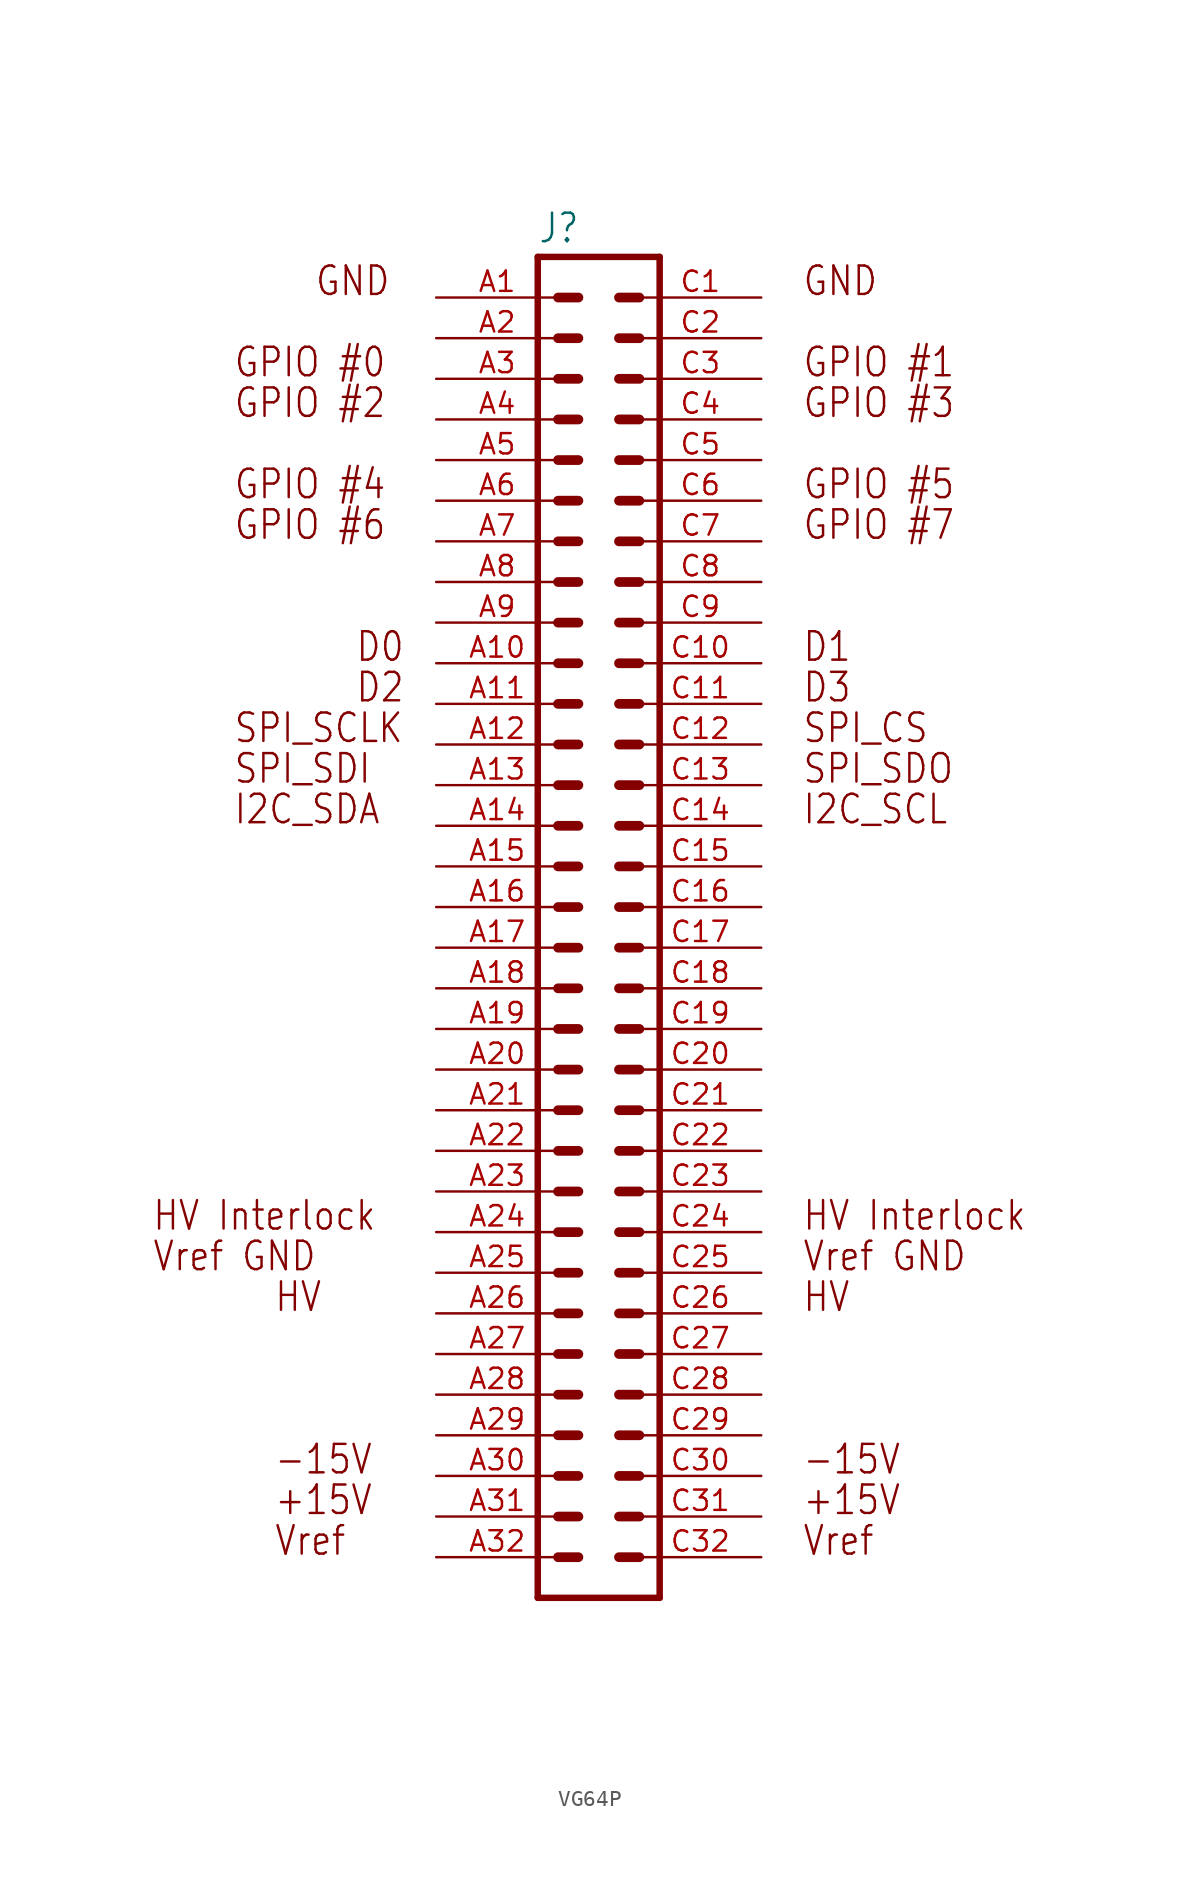
<source format=kicad_sym>
(kicad_symbol_lib
  (version 20231120)
  (generator "kicad_symbol_editor")
  (generator_version "8.0")
  (symbol "VG64P"
    (property "Reference" "J"
      (at -3.81 41.402 0)
      (effects (font (size 1.778 1.511)) (justify left bottom)))
    (property "Value" ""
      (at -3.81 -45.72 0)
      (effects (font (size 1.778 1.511)) (justify left bottom)))
    (property "ki_locked" ""
      (at 0 0 0)
      (effects (font (size 1.27 1.27))))
    (symbol "VG64P_1_0"
      (polyline (pts (xy -3.81 40.64) (xy -3.81 -43.18)) (stroke (width 0.406) (type solid)) (fill (type none)))
      (polyline (pts (xy -3.81 40.64) (xy 3.81 40.64)) (stroke (width 0.406) (type solid)) (fill (type none)))
      (polyline (pts (xy -2.54 -40.64) (xy -1.27 -40.64)) (stroke (width 0.61) (type solid)) (fill (type none)))
      (polyline (pts (xy -2.54 -38.1) (xy -1.27 -38.1)) (stroke (width 0.61) (type solid)) (fill (type none)))
      (polyline (pts (xy -2.54 -35.56) (xy -1.27 -35.56)) (stroke (width 0.61) (type solid)) (fill (type none)))
      (polyline (pts (xy -2.54 -33.02) (xy -1.27 -33.02)) (stroke (width 0.61) (type solid)) (fill (type none)))
      (polyline (pts (xy -2.54 -30.48) (xy -1.27 -30.48)) (stroke (width 0.61) (type solid)) (fill (type none)))
      (polyline (pts (xy -2.54 -27.94) (xy -1.27 -27.94)) (stroke (width 0.61) (type solid)) (fill (type none)))
      (polyline (pts (xy -2.54 -25.4) (xy -1.27 -25.4)) (stroke (width 0.61) (type solid)) (fill (type none)))
      (polyline (pts (xy -2.54 -22.86) (xy -1.27 -22.86)) (stroke (width 0.61) (type solid)) (fill (type none)))
      (polyline (pts (xy -2.54 -20.32) (xy -1.27 -20.32)) (stroke (width 0.61) (type solid)) (fill (type none)))
      (polyline (pts (xy -2.54 -17.78) (xy -1.27 -17.78)) (stroke (width 0.61) (type solid)) (fill (type none)))
      (polyline (pts (xy -2.54 -15.24) (xy -1.27 -15.24)) (stroke (width 0.61) (type solid)) (fill (type none)))
      (polyline (pts (xy -2.54 -12.7) (xy -1.27 -12.7)) (stroke (width 0.61) (type solid)) (fill (type none)))
      (polyline (pts (xy -2.54 -10.16) (xy -1.27 -10.16)) (stroke (width 0.61) (type solid)) (fill (type none)))
      (polyline (pts (xy -2.54 -7.62) (xy -1.27 -7.62)) (stroke (width 0.61) (type solid)) (fill (type none)))
      (polyline (pts (xy -2.54 -5.08) (xy -1.27 -5.08)) (stroke (width 0.61) (type solid)) (fill (type none)))
      (polyline (pts (xy -2.54 -2.54) (xy -1.27 -2.54)) (stroke (width 0.61) (type solid)) (fill (type none)))
      (polyline (pts (xy -2.54 0) (xy -1.27 0)) (stroke (width 0.61) (type solid)) (fill (type none)))
      (polyline (pts (xy -2.54 2.54) (xy -1.27 2.54)) (stroke (width 0.61) (type solid)) (fill (type none)))
      (polyline (pts (xy -2.54 5.08) (xy -1.27 5.08)) (stroke (width 0.61) (type solid)) (fill (type none)))
      (polyline (pts (xy -2.54 7.62) (xy -1.27 7.62)) (stroke (width 0.61) (type solid)) (fill (type none)))
      (polyline (pts (xy -2.54 10.16) (xy -1.27 10.16)) (stroke (width 0.61) (type solid)) (fill (type none)))
      (polyline (pts (xy -2.54 12.7) (xy -1.27 12.7)) (stroke (width 0.61) (type solid)) (fill (type none)))
      (polyline (pts (xy -2.54 15.24) (xy -1.27 15.24)) (stroke (width 0.61) (type solid)) (fill (type none)))
      (polyline (pts (xy -2.54 17.78) (xy -1.27 17.78)) (stroke (width 0.61) (type solid)) (fill (type none)))
      (polyline (pts (xy -2.54 20.32) (xy -1.27 20.32)) (stroke (width 0.61) (type solid)) (fill (type none)))
      (polyline (pts (xy -2.54 22.86) (xy -1.27 22.86)) (stroke (width 0.61) (type solid)) (fill (type none)))
      (polyline (pts (xy -2.54 25.4) (xy -1.27 25.4)) (stroke (width 0.61) (type solid)) (fill (type none)))
      (polyline (pts (xy -2.54 27.94) (xy -1.27 27.94)) (stroke (width 0.61) (type solid)) (fill (type none)))
      (polyline (pts (xy -2.54 30.48) (xy -1.27 30.48)) (stroke (width 0.61) (type solid)) (fill (type none)))
      (polyline (pts (xy -2.54 33.02) (xy -1.27 33.02)) (stroke (width 0.61) (type solid)) (fill (type none)))
      (polyline (pts (xy -2.54 35.56) (xy -1.27 35.56)) (stroke (width 0.61) (type solid)) (fill (type none)))
      (polyline (pts (xy -2.54 38.1) (xy -1.27 38.1)) (stroke (width 0.61) (type solid)) (fill (type none)))
      (polyline (pts (xy 1.27 -40.64) (xy 2.54 -40.64)) (stroke (width 0.61) (type solid)) (fill (type none)))
      (polyline (pts (xy 1.27 -38.1) (xy 2.54 -38.1)) (stroke (width 0.61) (type solid)) (fill (type none)))
      (polyline (pts (xy 1.27 -35.56) (xy 2.54 -35.56)) (stroke (width 0.61) (type solid)) (fill (type none)))
      (polyline (pts (xy 1.27 -33.02) (xy 2.54 -33.02)) (stroke (width 0.61) (type solid)) (fill (type none)))
      (polyline (pts (xy 1.27 -30.48) (xy 2.54 -30.48)) (stroke (width 0.61) (type solid)) (fill (type none)))
      (polyline (pts (xy 1.27 -27.94) (xy 2.54 -27.94)) (stroke (width 0.61) (type solid)) (fill (type none)))
      (polyline (pts (xy 1.27 -25.4) (xy 2.54 -25.4)) (stroke (width 0.61) (type solid)) (fill (type none)))
      (polyline (pts (xy 1.27 -22.86) (xy 2.54 -22.86)) (stroke (width 0.61) (type solid)) (fill (type none)))
      (polyline (pts (xy 1.27 -20.32) (xy 2.54 -20.32)) (stroke (width 0.61) (type solid)) (fill (type none)))
      (polyline (pts (xy 1.27 -17.78) (xy 2.54 -17.78)) (stroke (width 0.61) (type solid)) (fill (type none)))
      (polyline (pts (xy 1.27 -15.24) (xy 2.54 -15.24)) (stroke (width 0.61) (type solid)) (fill (type none)))
      (polyline (pts (xy 1.27 -12.7) (xy 2.54 -12.7)) (stroke (width 0.61) (type solid)) (fill (type none)))
      (polyline (pts (xy 1.27 -10.16) (xy 2.54 -10.16)) (stroke (width 0.61) (type solid)) (fill (type none)))
      (polyline (pts (xy 1.27 -7.62) (xy 2.54 -7.62)) (stroke (width 0.61) (type solid)) (fill (type none)))
      (polyline (pts (xy 1.27 -5.08) (xy 2.54 -5.08)) (stroke (width 0.61) (type solid)) (fill (type none)))
      (polyline (pts (xy 1.27 -2.54) (xy 2.54 -2.54)) (stroke (width 0.61) (type solid)) (fill (type none)))
      (polyline (pts (xy 1.27 0) (xy 2.54 0)) (stroke (width 0.61) (type solid)) (fill (type none)))
      (polyline (pts (xy 1.27 2.54) (xy 2.54 2.54)) (stroke (width 0.61) (type solid)) (fill (type none)))
      (polyline (pts (xy 1.27 5.08) (xy 2.54 5.08)) (stroke (width 0.61) (type solid)) (fill (type none)))
      (polyline (pts (xy 1.27 7.62) (xy 2.54 7.62)) (stroke (width 0.61) (type solid)) (fill (type none)))
      (polyline (pts (xy 1.27 10.16) (xy 2.54 10.16)) (stroke (width 0.61) (type solid)) (fill (type none)))
      (polyline (pts (xy 1.27 12.7) (xy 2.54 12.7)) (stroke (width 0.61) (type solid)) (fill (type none)))
      (polyline (pts (xy 1.27 15.24) (xy 2.54 15.24)) (stroke (width 0.61) (type solid)) (fill (type none)))
      (polyline (pts (xy 1.27 17.78) (xy 2.54 17.78)) (stroke (width 0.61) (type solid)) (fill (type none)))
      (polyline (pts (xy 1.27 20.32) (xy 2.54 20.32)) (stroke (width 0.61) (type solid)) (fill (type none)))
      (polyline (pts (xy 1.27 22.86) (xy 2.54 22.86)) (stroke (width 0.61) (type solid)) (fill (type none)))
      (polyline (pts (xy 1.27 25.4) (xy 2.54 25.4)) (stroke (width 0.61) (type solid)) (fill (type none)))
      (polyline (pts (xy 1.27 27.94) (xy 2.54 27.94)) (stroke (width 0.61) (type solid)) (fill (type none)))
      (polyline (pts (xy 1.27 30.48) (xy 2.54 30.48)) (stroke (width 0.61) (type solid)) (fill (type none)))
      (polyline (pts (xy 1.27 33.02) (xy 2.54 33.02)) (stroke (width 0.61) (type solid)) (fill (type none)))
      (polyline (pts (xy 1.27 35.56) (xy 2.54 35.56)) (stroke (width 0.61) (type solid)) (fill (type none)))
      (polyline (pts (xy 1.27 38.1) (xy 2.54 38.1)) (stroke (width 0.61) (type solid)) (fill (type none)))
      (polyline (pts (xy 3.81 -43.18) (xy -3.81 -43.18)) (stroke (width 0.406) (type solid)) (fill (type none)))
      (polyline (pts (xy 3.81 -43.18) (xy 3.81 40.64)) (stroke (width 0.406) (type solid)) (fill (type none)))
      (text "+15V" (at -20.32 -38.1 0) (effects (font (size 1.778 1.511)) (justify left bottom)))
      (text "+15V" (at 12.7 -38.1 0) (effects (font (size 1.778 1.511)) (justify left bottom)))
      (text "-15V" (at -20.32 -35.56 0) (effects (font (size 1.778 1.511)) (justify left bottom)))
      (text "-15V" (at 12.7 -35.56 0) (effects (font (size 1.778 1.511)) (justify left bottom)))
      (text "D0" (at -15.24 15.24 0) (effects (font (size 1.778 1.511)) (justify left bottom)))
      (text "D1" (at 12.7 15.24 0) (effects (font (size 1.778 1.511)) (justify left bottom)))
      (text "D2" (at -15.24 12.7 0) (effects (font (size 1.778 1.511)) (justify left bottom)))
      (text "D3" (at 12.7 12.7 0) (effects (font (size 1.778 1.511)) (justify left bottom)))
      (text "GND" (at -17.78 38.1 0) (effects (font (size 1.778 1.511)) (justify left bottom)))
      (text "GND" (at 12.7 38.1 0) (effects (font (size 1.778 1.511)) (justify left bottom)))
      (text "GPIO #0" (at -22.86 33.02 0) (effects (font (size 1.778 1.511)) (justify left bottom)))
      (text "GPIO #1" (at 12.7 33.02 0) (effects (font (size 1.778 1.511)) (justify left bottom)))
      (text "GPIO #2" (at -22.86 30.48 0) (effects (font (size 1.778 1.511)) (justify left bottom)))
      (text "GPIO #3" (at 12.7 30.48 0) (effects (font (size 1.778 1.511)) (justify left bottom)))
      (text "GPIO #4" (at -22.86 25.4 0) (effects (font (size 1.778 1.511)) (justify left bottom)))
      (text "GPIO #5" (at 12.7 25.4 0) (effects (font (size 1.778 1.511)) (justify left bottom)))
      (text "GPIO #6" (at -22.86 22.86 0) (effects (font (size 1.778 1.511)) (justify left bottom)))
      (text "GPIO #7" (at 12.7 22.86 0) (effects (font (size 1.778 1.511)) (justify left bottom)))
      (text "HV" (at -20.32 -25.4 0) (effects (font (size 1.778 1.511)) (justify left bottom)))
      (text "HV" (at 12.7 -25.4 0) (effects (font (size 1.778 1.511)) (justify left bottom)))
      (text "HV Interlock" (at -27.94 -20.32 0) (effects (font (size 1.778 1.511)) (justify left bottom)))
      (text "HV Interlock" (at 12.7 -20.32 0) (effects (font (size 1.778 1.511)) (justify left bottom)))
      (text "I2C_SCL" (at 12.7 5.08 0) (effects (font (size 1.778 1.511)) (justify left bottom)))
      (text "I2C_SDA" (at -22.86 5.08 0) (effects (font (size 1.778 1.511)) (justify left bottom)))
      (text "SPI_CS" (at 12.7 10.16 0) (effects (font (size 1.778 1.511)) (justify left bottom)))
      (text "SPI_SCLK" (at -22.86 10.16 0) (effects (font (size 1.778 1.511)) (justify left bottom)))
      (text "SPI_SDI" (at -22.86 7.62 0) (effects (font (size 1.778 1.511)) (justify left bottom)))
      (text "SPI_SDO" (at 12.7 7.62 0) (effects (font (size 1.778 1.511)) (justify left bottom)))
      (text "Vref" (at -20.32 -40.64 0) (effects (font (size 1.778 1.511)) (justify left bottom)))
      (text "Vref" (at 12.7 -40.64 0) (effects (font (size 1.778 1.511)) (justify left bottom)))
      (text "Vref GND" (at -27.94 -22.86 0) (effects (font (size 1.778 1.511)) (justify left bottom)))
      (text "Vref GND" (at 12.7 -22.86 0) (effects (font (size 1.778 1.511)) (justify left bottom)))
      (pin passive line (at -10.16 38.1 0) (length 7.62) (name "A1" (effects (font (size 0 0)))) (number "A1" (effects (font (size 1.27 1.27)))))
      (pin passive line (at -10.16 15.24 0) (length 7.62) (name "A10" (effects (font (size 0 0)))) (number "A10" (effects (font (size 1.27 1.27)))))
      (pin passive line (at -10.16 12.7 0) (length 7.62) (name "A11" (effects (font (size 0 0)))) (number "A11" (effects (font (size 1.27 1.27)))))
      (pin passive line (at -10.16 10.16 0) (length 7.62) (name "A12" (effects (font (size 0 0)))) (number "A12" (effects (font (size 1.27 1.27)))))
      (pin passive line (at -10.16 7.62 0) (length 7.62) (name "A13" (effects (font (size 0 0)))) (number "A13" (effects (font (size 1.27 1.27)))))
      (pin passive line (at -10.16 5.08 0) (length 7.62) (name "A14" (effects (font (size 0 0)))) (number "A14" (effects (font (size 1.27 1.27)))))
      (pin passive line (at -10.16 2.54 0) (length 7.62) (name "A15" (effects (font (size 0 0)))) (number "A15" (effects (font (size 1.27 1.27)))))
      (pin passive line (at -10.16 0 0) (length 7.62) (name "A16" (effects (font (size 0 0)))) (number "A16" (effects (font (size 1.27 1.27)))))
      (pin passive line (at -10.16 -2.54 0) (length 7.62) (name "A17" (effects (font (size 0 0)))) (number "A17" (effects (font (size 1.27 1.27)))))
      (pin passive line (at -10.16 -5.08 0) (length 7.62) (name "A18" (effects (font (size 0 0)))) (number "A18" (effects (font (size 1.27 1.27)))))
      (pin passive line (at -10.16 -7.62 0) (length 7.62) (name "A19" (effects (font (size 0 0)))) (number "A19" (effects (font (size 1.27 1.27)))))
      (pin passive line (at -10.16 35.56 0) (length 7.62) (name "A2" (effects (font (size 0 0)))) (number "A2" (effects (font (size 1.27 1.27)))))
      (pin passive line (at -10.16 -10.16 0) (length 7.62) (name "A20" (effects (font (size 0 0)))) (number "A20" (effects (font (size 1.27 1.27)))))
      (pin passive line (at -10.16 -12.7 0) (length 7.62) (name "A21" (effects (font (size 0 0)))) (number "A21" (effects (font (size 1.27 1.27)))))
      (pin passive line (at -10.16 -15.24 0) (length 7.62) (name "A22" (effects (font (size 0 0)))) (number "A22" (effects (font (size 1.27 1.27)))))
      (pin passive line (at -10.16 -17.78 0) (length 7.62) (name "A23" (effects (font (size 0 0)))) (number "A23" (effects (font (size 1.27 1.27)))))
      (pin passive line (at -10.16 -20.32 0) (length 7.62) (name "A24" (effects (font (size 0 0)))) (number "A24" (effects (font (size 1.27 1.27)))))
      (pin passive line (at -10.16 -22.86 0) (length 7.62) (name "A25" (effects (font (size 0 0)))) (number "A25" (effects (font (size 1.27 1.27)))))
      (pin passive line (at -10.16 -25.4 0) (length 7.62) (name "A26" (effects (font (size 0 0)))) (number "A26" (effects (font (size 1.27 1.27)))))
      (pin passive line (at -10.16 -27.94 0) (length 7.62) (name "A27" (effects (font (size 0 0)))) (number "A27" (effects (font (size 1.27 1.27)))))
      (pin passive line (at -10.16 -30.48 0) (length 7.62) (name "A28" (effects (font (size 0 0)))) (number "A28" (effects (font (size 1.27 1.27)))))
      (pin passive line (at -10.16 -33.02 0) (length 7.62) (name "A29" (effects (font (size 0 0)))) (number "A29" (effects (font (size 1.27 1.27)))))
      (pin passive line (at -10.16 33.02 0) (length 7.62) (name "A3" (effects (font (size 0 0)))) (number "A3" (effects (font (size 1.27 1.27)))))
      (pin passive line (at -10.16 -35.56 0) (length 7.62) (name "A30" (effects (font (size 0 0)))) (number "A30" (effects (font (size 1.27 1.27)))))
      (pin passive line (at -10.16 -38.1 0) (length 7.62) (name "A31" (effects (font (size 0 0)))) (number "A31" (effects (font (size 1.27 1.27)))))
      (pin passive line (at -10.16 -40.64 0) (length 7.62) (name "A32" (effects (font (size 0 0)))) (number "A32" (effects (font (size 1.27 1.27)))))
      (pin passive line (at -10.16 30.48 0) (length 7.62) (name "A4" (effects (font (size 0 0)))) (number "A4" (effects (font (size 1.27 1.27)))))
      (pin passive line (at -10.16 27.94 0) (length 7.62) (name "A5" (effects (font (size 0 0)))) (number "A5" (effects (font (size 1.27 1.27)))))
      (pin passive line (at -10.16 25.4 0) (length 7.62) (name "A6" (effects (font (size 0 0)))) (number "A6" (effects (font (size 1.27 1.27)))))
      (pin passive line (at -10.16 22.86 0) (length 7.62) (name "A7" (effects (font (size 0 0)))) (number "A7" (effects (font (size 1.27 1.27)))))
      (pin passive line (at -10.16 20.32 0) (length 7.62) (name "A8" (effects (font (size 0 0)))) (number "A8" (effects (font (size 1.27 1.27)))))
      (pin passive line (at -10.16 17.78 0) (length 7.62) (name "A9" (effects (font (size 0 0)))) (number "A9" (effects (font (size 1.27 1.27)))))
      (pin passive line (at 10.16 38.1 180) (length 7.62) (name "C1" (effects (font (size 0 0)))) (number "C1" (effects (font (size 1.27 1.27)))))
      (pin passive line (at 10.16 15.24 180) (length 7.62) (name "C10" (effects (font (size 0 0)))) (number "C10" (effects (font (size 1.27 1.27)))))
      (pin passive line (at 10.16 12.7 180) (length 7.62) (name "C11" (effects (font (size 0 0)))) (number "C11" (effects (font (size 1.27 1.27)))))
      (pin passive line (at 10.16 10.16 180) (length 7.62) (name "C12" (effects (font (size 0 0)))) (number "C12" (effects (font (size 1.27 1.27)))))
      (pin passive line (at 10.16 7.62 180) (length 7.62) (name "C13" (effects (font (size 0 0)))) (number "C13" (effects (font (size 1.27 1.27)))))
      (pin passive line (at 10.16 5.08 180) (length 7.62) (name "C14" (effects (font (size 0 0)))) (number "C14" (effects (font (size 1.27 1.27)))))
      (pin passive line (at 10.16 2.54 180) (length 7.62) (name "C15" (effects (font (size 0 0)))) (number "C15" (effects (font (size 1.27 1.27)))))
      (pin passive line (at 10.16 0 180) (length 7.62) (name "C16" (effects (font (size 0 0)))) (number "C16" (effects (font (size 1.27 1.27)))))
      (pin passive line (at 10.16 -2.54 180) (length 7.62) (name "C17" (effects (font (size 0 0)))) (number "C17" (effects (font (size 1.27 1.27)))))
      (pin passive line (at 10.16 -5.08 180) (length 7.62) (name "C18" (effects (font (size 0 0)))) (number "C18" (effects (font (size 1.27 1.27)))))
      (pin passive line (at 10.16 -7.62 180) (length 7.62) (name "C19" (effects (font (size 0 0)))) (number "C19" (effects (font (size 1.27 1.27)))))
      (pin passive line (at 10.16 35.56 180) (length 7.62) (name "C2" (effects (font (size 0 0)))) (number "C2" (effects (font (size 1.27 1.27)))))
      (pin passive line (at 10.16 -10.16 180) (length 7.62) (name "C20" (effects (font (size 0 0)))) (number "C20" (effects (font (size 1.27 1.27)))))
      (pin passive line (at 10.16 -12.7 180) (length 7.62) (name "C21" (effects (font (size 0 0)))) (number "C21" (effects (font (size 1.27 1.27)))))
      (pin passive line (at 10.16 -15.24 180) (length 7.62) (name "C22" (effects (font (size 0 0)))) (number "C22" (effects (font (size 1.27 1.27)))))
      (pin passive line (at 10.16 -17.78 180) (length 7.62) (name "C23" (effects (font (size 0 0)))) (number "C23" (effects (font (size 1.27 1.27)))))
      (pin passive line (at 10.16 -20.32 180) (length 7.62) (name "C24" (effects (font (size 0 0)))) (number "C24" (effects (font (size 1.27 1.27)))))
      (pin passive line (at 10.16 -22.86 180) (length 7.62) (name "C25" (effects (font (size 0 0)))) (number "C25" (effects (font (size 1.27 1.27)))))
      (pin passive line (at 10.16 -25.4 180) (length 7.62) (name "C26" (effects (font (size 0 0)))) (number "C26" (effects (font (size 1.27 1.27)))))
      (pin passive line (at 10.16 -27.94 180) (length 7.62) (name "C27" (effects (font (size 0 0)))) (number "C27" (effects (font (size 1.27 1.27)))))
      (pin passive line (at 10.16 -30.48 180) (length 7.62) (name "C28" (effects (font (size 0 0)))) (number "C28" (effects (font (size 1.27 1.27)))))
      (pin passive line (at 10.16 -33.02 180) (length 7.62) (name "C29" (effects (font (size 0 0)))) (number "C29" (effects (font (size 1.27 1.27)))))
      (pin passive line (at 10.16 33.02 180) (length 7.62) (name "C3" (effects (font (size 0 0)))) (number "C3" (effects (font (size 1.27 1.27)))))
      (pin passive line (at 10.16 -35.56 180) (length 7.62) (name "C30" (effects (font (size 0 0)))) (number "C30" (effects (font (size 1.27 1.27)))))
      (pin passive line (at 10.16 -38.1 180) (length 7.62) (name "C31" (effects (font (size 0 0)))) (number "C31" (effects (font (size 1.27 1.27)))))
      (pin passive line (at 10.16 -40.64 180) (length 7.62) (name "C32" (effects (font (size 0 0)))) (number "C32" (effects (font (size 1.27 1.27)))))
      (pin passive line (at 10.16 30.48 180) (length 7.62) (name "C4" (effects (font (size 0 0)))) (number "C4" (effects (font (size 1.27 1.27)))))
      (pin passive line (at 10.16 27.94 180) (length 7.62) (name "C5" (effects (font (size 0 0)))) (number "C5" (effects (font (size 1.27 1.27)))))
      (pin passive line (at 10.16 25.4 180) (length 7.62) (name "C6" (effects (font (size 0 0)))) (number "C6" (effects (font (size 1.27 1.27)))))
      (pin passive line (at 10.16 22.86 180) (length 7.62) (name "C7" (effects (font (size 0 0)))) (number "C7" (effects (font (size 1.27 1.27)))))
      (pin passive line (at 10.16 20.32 180) (length 7.62) (name "C8" (effects (font (size 0 0)))) (number "C8" (effects (font (size 1.27 1.27)))))
      (pin passive line (at 10.16 17.78 180) (length 7.62) (name "C9" (effects (font (size 0 0)))) (number "C9" (effects (font (size 1.27 1.27))))))))
</source>
